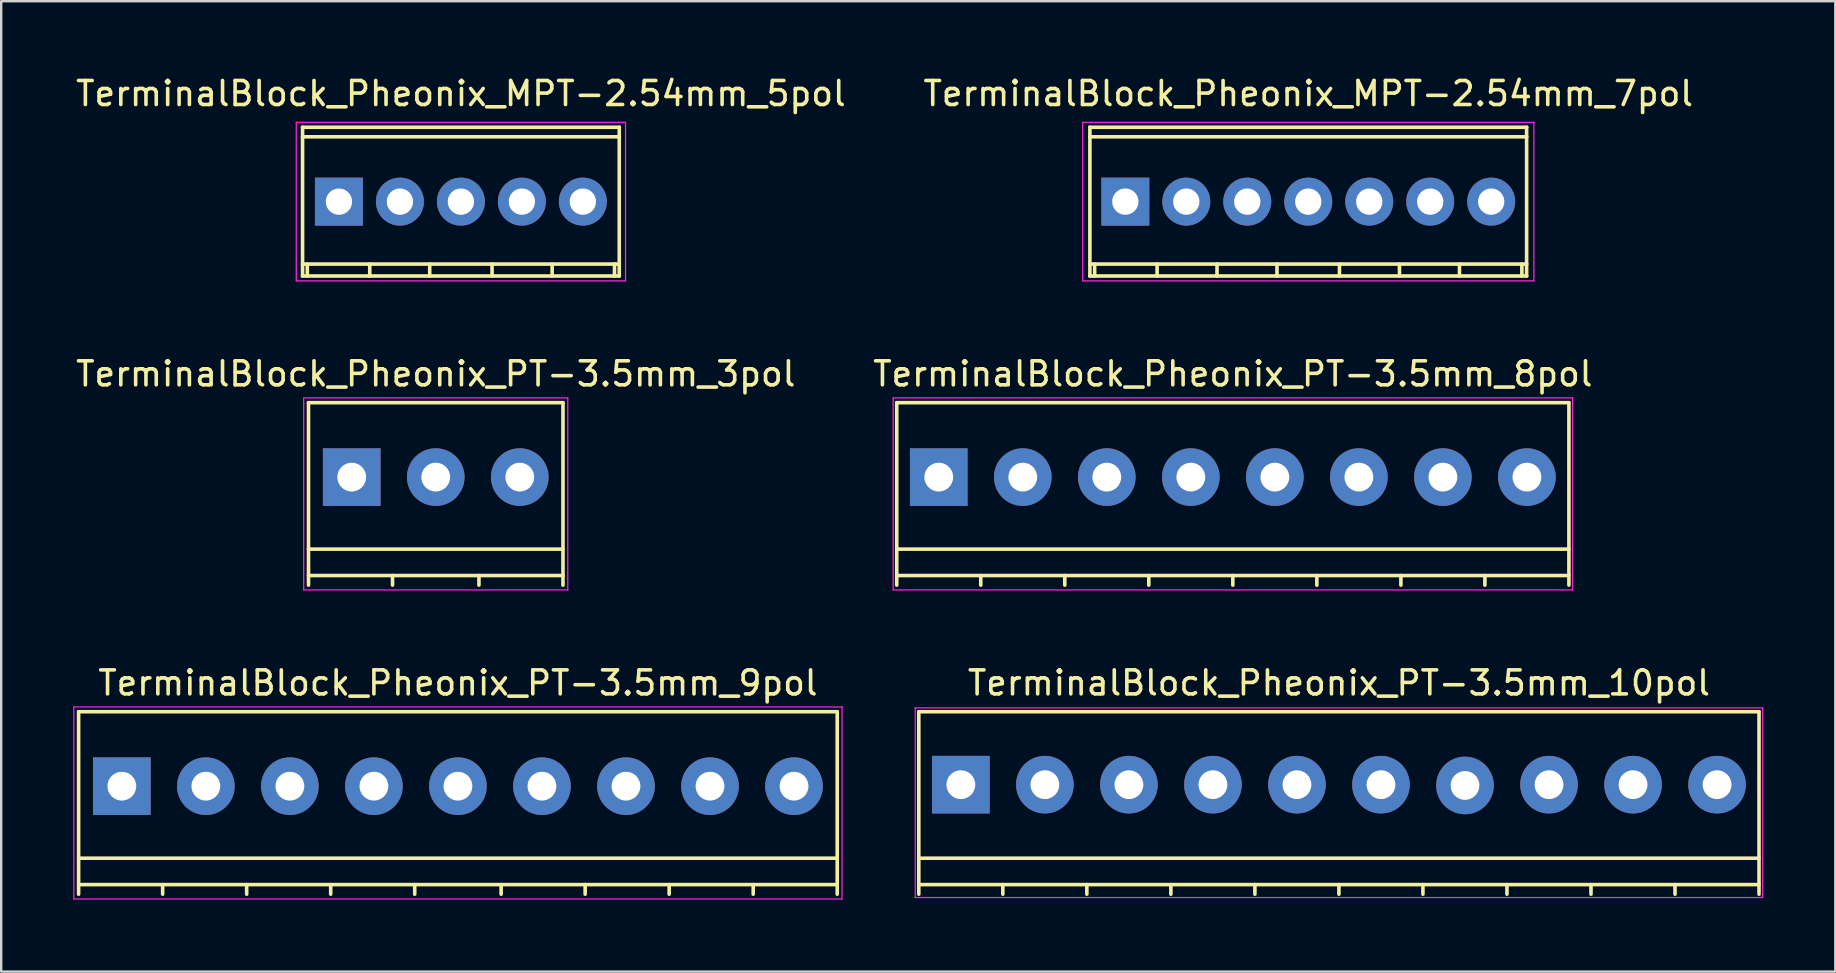
<source format=kicad_pcb>
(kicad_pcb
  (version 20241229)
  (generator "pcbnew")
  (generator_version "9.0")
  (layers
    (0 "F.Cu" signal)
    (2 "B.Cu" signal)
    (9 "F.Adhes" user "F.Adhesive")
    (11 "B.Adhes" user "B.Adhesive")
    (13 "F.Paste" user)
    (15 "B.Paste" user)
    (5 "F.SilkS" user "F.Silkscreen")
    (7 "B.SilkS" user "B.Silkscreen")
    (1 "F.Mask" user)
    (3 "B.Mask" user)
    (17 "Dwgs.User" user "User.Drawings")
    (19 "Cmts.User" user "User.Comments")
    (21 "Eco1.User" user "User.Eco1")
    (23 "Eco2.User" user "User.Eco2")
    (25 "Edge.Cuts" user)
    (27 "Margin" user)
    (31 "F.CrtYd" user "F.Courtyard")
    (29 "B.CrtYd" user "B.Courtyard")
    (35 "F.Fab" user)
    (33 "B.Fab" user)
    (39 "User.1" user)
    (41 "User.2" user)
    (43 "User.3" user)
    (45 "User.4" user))
  (footprint "TerminalBlock_Pheonix_PT-3.5mm_3pol"
    (layer "F.Cu")
    (at 11.601 16.824)
    (property "Reference" "TerminalBlock_Pheonix_PT-3.5mm_3pol" (at 3.5 -4.3 0) (layer "F.SilkS") (effects (font (size 1 1) (thickness 0.15))))
    (attr through_hole)
    (fp_line (start -1.8 -3.1) (end -1.8 4.5) (stroke (width 0.15) (type solid)) (layer "F.SilkS"))
    (fp_line (start -1.8 3) (end 8.8 3) (stroke (width 0.15) (type solid)) (layer "F.SilkS"))
    (fp_line (start -1.8 4.1) (end 8.8 4.1) (stroke (width 0.15) (type solid)) (layer "F.SilkS"))
    (fp_line (start 1.7 4.1) (end 1.7 4.5) (stroke (width 0.15) (type solid)) (layer "F.SilkS"))
    (fp_line (start 5.3 4.1) (end 5.3 4.5) (stroke (width 0.15) (type solid)) (layer "F.SilkS"))
    (fp_line (start 8.8 -3.1) (end -1.8 -3.1) (stroke (width 0.15) (type solid)) (layer "F.SilkS"))
    (fp_line (start 8.8 4.5) (end 8.8 -3.1) (stroke (width 0.15) (type solid)) (layer "F.SilkS"))
    (fp_line (start -2 -3.3) (end 9 -3.3) (stroke (width 0.05) (type solid)) (layer "F.CrtYd"))
    (fp_line (start -2 4.7) (end -2 -3.3) (stroke (width 0.05) (type solid)) (layer "F.CrtYd"))
    (fp_line (start 9 -3.3) (end 9 4.7) (stroke (width 0.05) (type solid)) (layer "F.CrtYd"))
    (fp_line (start 9 4.7) (end -2 4.7) (stroke (width 0.05) (type solid)) (layer "F.CrtYd"))
    (pad "1" thru_hole rect (at 0 0) (size 2.4 2.4) (drill 1.2) (layers "*.Cu" "*.Mask"))
    (pad "2" thru_hole circle (at 3.5 0) (size 2.4 2.4) (drill 1.2) (layers "*.Cu" "*.Mask"))
    (pad "3" thru_hole circle (at 7 0) (size 2.4 2.4) (drill 1.2) (layers "*.Cu" "*.Mask")))
  (footprint "TerminalBlock_Pheonix_PT-3.5mm_10pol"
    (layer "F.Cu")
    (at 36.975 29.636)
    (property "Reference" "TerminalBlock_Pheonix_PT-3.5mm_10pol" (at 15.748 -4.238 0) (layer "F.SilkS") (effects (font (size 1 1) (thickness 0.15))))
    (attr through_hole)
    (fp_line (start -1.752 -3.038) (end -1.752 4.562) (stroke (width 0.15) (type solid)) (layer "F.SilkS"))
    (fp_line (start -1.752 3.062) (end 33.248 3.062) (stroke (width 0.15) (type solid)) (layer "F.SilkS"))
    (fp_line (start -1.752 4.162) (end 33.248 4.162) (stroke (width 0.15) (type solid)) (layer "F.SilkS"))
    (fp_line (start 1.748 4.162) (end 1.748 4.562) (stroke (width 0.15) (type solid)) (layer "F.SilkS"))
    (fp_line (start 5.248 4.162) (end 5.248 4.562) (stroke (width 0.15) (type solid)) (layer "F.SilkS"))
    (fp_line (start 8.748 4.162) (end 8.748 4.562) (stroke (width 0.15) (type solid)) (layer "F.SilkS"))
    (fp_line (start 12.248 4.162) (end 12.248 4.562) (stroke (width 0.15) (type solid)) (layer "F.SilkS"))
    (fp_line (start 15.748 4.162) (end 15.748 4.562) (stroke (width 0.15) (type solid)) (layer "F.SilkS"))
    (fp_line (start 19.248 4.162) (end 19.248 4.562) (stroke (width 0.15) (type solid)) (layer "F.SilkS"))
    (fp_line (start 22.748 4.162) (end 22.748 4.562) (stroke (width 0.15) (type solid)) (layer "F.SilkS"))
    (fp_line (start 26.248 4.162) (end 26.248 4.562) (stroke (width 0.15) (type solid)) (layer "F.SilkS"))
    (fp_line (start 29.748 4.162) (end 29.748 4.562) (stroke (width 0.15) (type solid)) (layer "F.SilkS"))
    (fp_line (start 33.248 -3.038) (end -1.752 -3.038) (stroke (width 0.15) (type solid)) (layer "F.SilkS"))
    (fp_line (start 33.248 4.562) (end 33.248 -3.038) (stroke (width 0.15) (type solid)) (layer "F.SilkS"))
    (fp_line (start -1.9 -3.2) (end 33.4 -3.2) (stroke (width 0.05) (type solid)) (layer "F.CrtYd"))
    (fp_line (start -1.9 4.7) (end -1.9 -3.2) (stroke (width 0.05) (type solid)) (layer "F.CrtYd"))
    (fp_line (start 33.4 -3.2) (end 33.4 4.7) (stroke (width 0.05) (type solid)) (layer "F.CrtYd"))
    (fp_line (start 33.4 4.7) (end -1.9 4.7) (stroke (width 0.05) (type solid)) (layer "F.CrtYd"))
    (pad "1" thru_hole rect (at 0 0 180) (size 2.4 2.4) (drill 1.2) (layers "*.Cu" "*.Mask"))
    (pad "2" thru_hole circle (at 3.5 0 180) (size 2.4 2.4) (drill 1.2) (layers "*.Cu" "*.Mask"))
    (pad "3" thru_hole circle (at 7 0 180) (size 2.4 2.4) (drill 1.2) (layers "*.Cu" "*.Mask"))
    (pad "4" thru_hole circle (at 10.5 0 180) (size 2.4 2.4) (drill 1.2) (layers "*.Cu" "*.Mask"))
    (pad "5" thru_hole circle (at 14 0 180) (size 2.4 2.4) (drill 1.2) (layers "*.Cu" "*.Mask"))
    (pad "6" thru_hole circle (at 17.5 0 180) (size 2.4 2.4) (drill 1.2) (layers "*.Cu" "*.Mask"))
    (pad "7" thru_hole circle (at 21 0.032 180) (size 2.4 2.4) (drill 1.2) (layers "*.Cu" "*.Mask"))
    (pad "8" thru_hole circle (at 24.5 0 180) (size 2.4 2.4) (drill 1.2) (layers "*.Cu" "*.Mask"))
    (pad "9" thru_hole circle (at 28 0 180) (size 2.4 2.4) (drill 1.2) (layers "*.Cu" "*.Mask"))
    (pad "10" thru_hole circle (at 31.5 0 180) (size 2.4 2.4) (drill 1.2) (layers "*.Cu" "*.Mask")))
  (footprint "TerminalBlock_Pheonix_PT-3.5mm_9pol"
    (layer "F.Cu")
    (at 2.025 29.698)
    (property "Reference" "TerminalBlock_Pheonix_PT-3.5mm_9pol" (at 14 -4.3 0) (layer "F.SilkS") (effects (font (size 1 1) (thickness 0.15))))
    (attr through_hole)
    (fp_line (start -1.8 -3.1) (end -1.8 4.5) (stroke (width 0.15) (type solid)) (layer "F.SilkS"))
    (fp_line (start -1.8 3) (end 29.8 3) (stroke (width 0.15) (type solid)) (layer "F.SilkS"))
    (fp_line (start -1.8 4.1) (end 29.8 4.1) (stroke (width 0.15) (type solid)) (layer "F.SilkS"))
    (fp_line (start 1.7 4.1) (end 1.7 4.5) (stroke (width 0.15) (type solid)) (layer "F.SilkS"))
    (fp_line (start 5.2 4.1) (end 5.2 4.5) (stroke (width 0.15) (type solid)) (layer "F.SilkS"))
    (fp_line (start 8.7 4.1) (end 8.7 4.5) (stroke (width 0.15) (type solid)) (layer "F.SilkS"))
    (fp_line (start 12.2 4.1) (end 12.2 4.5) (stroke (width 0.15) (type solid)) (layer "F.SilkS"))
    (fp_line (start 15.8 4.1) (end 15.8 4.5) (stroke (width 0.15) (type solid)) (layer "F.SilkS"))
    (fp_line (start 19.3 4.1) (end 19.3 4.5) (stroke (width 0.15) (type solid)) (layer "F.SilkS"))
    (fp_line (start 22.8 4.1) (end 22.8 4.5) (stroke (width 0.15) (type solid)) (layer "F.SilkS"))
    (fp_line (start 26.3 4.1) (end 26.3 4.5) (stroke (width 0.15) (type solid)) (layer "F.SilkS"))
    (fp_line (start 29.8 -3.1) (end -1.8 -3.1) (stroke (width 0.15) (type solid)) (layer "F.SilkS"))
    (fp_line (start 29.8 4.5) (end 29.8 -3.1) (stroke (width 0.15) (type solid)) (layer "F.SilkS"))
    (fp_line (start -2 -3.3) (end 30 -3.3) (stroke (width 0.05) (type solid)) (layer "F.CrtYd"))
    (fp_line (start -2 4.7) (end -2 -3.3) (stroke (width 0.05) (type solid)) (layer "F.CrtYd"))
    (fp_line (start 30 -3.3) (end 30 4.7) (stroke (width 0.05) (type solid)) (layer "F.CrtYd"))
    (fp_line (start 30 4.7) (end -2 4.7) (stroke (width 0.05) (type solid)) (layer "F.CrtYd"))
    (pad "1" thru_hole rect (at 0 0) (size 2.4 2.4) (drill 1.2) (layers "*.Cu" "*.Mask"))
    (pad "2" thru_hole circle (at 3.5 0) (size 2.4 2.4) (drill 1.2) (layers "*.Cu" "*.Mask"))
    (pad "3" thru_hole circle (at 7 0) (size 2.4 2.4) (drill 1.2) (layers "*.Cu" "*.Mask"))
    (pad "4" thru_hole circle (at 10.5 0) (size 2.4 2.4) (drill 1.2) (layers "*.Cu" "*.Mask"))
    (pad "5" thru_hole circle (at 14 0) (size 2.4 2.4) (drill 1.2) (layers "*.Cu" "*.Mask"))
    (pad "6" thru_hole circle (at 17.5 0) (size 2.4 2.4) (drill 1.2) (layers "*.Cu" "*.Mask"))
    (pad "7" thru_hole circle (at 21 0) (size 2.4 2.4) (drill 1.2) (layers "*.Cu" "*.Mask"))
    (pad "8" thru_hole circle (at 24.5 0) (size 2.4 2.4) (drill 1.2) (layers "*.Cu" "*.Mask"))
    (pad "9" thru_hole circle (at 28 0) (size 2.4 2.4) (drill 1.2) (layers "*.Cu" "*.Mask")))
  (footprint "TerminalBlock_Pheonix_MPT-2.54mm_5pol"
    (layer "F.Cu")
    (at 11.069 5.349)
    (property "Reference" "TerminalBlock_Pheonix_MPT-2.54mm_5pol" (at 5.08 -4.501 0) (layer "F.SilkS") (effects (font (size 1 1) (thickness 0.15))))
    (attr through_hole)
    (fp_line (start -1.519 -2.7) (end 11.679 -2.7) (stroke (width 0.15) (type solid)) (layer "F.SilkS"))
    (fp_line (start -1.519 2.601) (end 11.679 2.601) (stroke (width 0.15) (type solid)) (layer "F.SilkS"))
    (fp_line (start -1.516 -3.099) (end -1.516 3.099) (stroke (width 0.15) (type solid)) (layer "F.SilkS"))
    (fp_line (start -1.318 3.099) (end -1.318 2.601) (stroke (width 0.15) (type solid)) (layer "F.SilkS"))
    (fp_line (start 1.283 3.099) (end 1.283 2.601) (stroke (width 0.15) (type solid)) (layer "F.SilkS"))
    (fp_line (start 3.78 2.601) (end 3.78 3.099) (stroke (width 0.15) (type solid)) (layer "F.SilkS"))
    (fp_line (start 6.378 2.601) (end 6.378 3.099) (stroke (width 0.15) (type solid)) (layer "F.SilkS"))
    (fp_line (start 8.88 2.601) (end 8.88 3.099) (stroke (width 0.15) (type solid)) (layer "F.SilkS"))
    (fp_line (start 11.478 2.601) (end 11.478 3.099) (stroke (width 0.15) (type solid)) (layer "F.SilkS"))
    (fp_line (start 11.676 3.099) (end 11.676 -3.099) (stroke (width 0.15) (type solid)) (layer "F.SilkS"))
    (fp_line (start 11.679 -3.099) (end -1.519 -3.099) (stroke (width 0.15) (type solid)) (layer "F.SilkS"))
    (fp_line (start 11.679 3.099) (end -1.519 3.099) (stroke (width 0.15) (type solid)) (layer "F.SilkS"))
    (fp_line (start -1.778 -3.302) (end 11.938 -3.302) (stroke (width 0.05) (type solid)) (layer "F.CrtYd"))
    (fp_line (start -1.778 3.302) (end -1.778 -3.302) (stroke (width 0.05) (type solid)) (layer "F.CrtYd"))
    (fp_line (start 11.938 -3.302) (end 11.938 3.302) (stroke (width 0.05) (type solid)) (layer "F.CrtYd"))
    (fp_line (start 11.938 3.302) (end -1.778 3.302) (stroke (width 0.05) (type solid)) (layer "F.CrtYd"))
    (pad "1" thru_hole rect (at 0 0 180) (size 1.999 1.999) (drill 1.097) (layers "*.Cu" "*.Mask"))
    (pad "2" thru_hole oval (at 2.54 0 180) (size 1.999 1.999) (drill 1.097) (layers "*.Cu" "*.Mask"))
    (pad "3" thru_hole oval (at 5.08 0 180) (size 1.999 1.999) (drill 1.097) (layers "*.Cu" "*.Mask"))
    (pad "4" thru_hole oval (at 7.62 0 180) (size 1.999 1.999) (drill 1.097) (layers "*.Cu" "*.Mask"))
    (pad "5" thru_hole oval (at 10.16 0 180) (size 1.999 1.999) (drill 1.097) (layers "*.Cu" "*.Mask")))
  (footprint "TerminalBlock_Pheonix_MPT-2.54mm_7pol"
    (layer "F.Cu")
    (at 43.826 5.349)
    (property "Reference" "TerminalBlock_Pheonix_MPT-2.54mm_7pol" (at 7.62 -4.501 0) (layer "F.SilkS") (effects (font (size 1 1) (thickness 0.15))))
    (attr through_hole)
    (fp_line (start -1.481 3.099) (end 16.721 3.099) (stroke (width 0.15) (type solid)) (layer "F.SilkS"))
    (fp_line (start -1.476 -3.099) (end -1.476 3.099) (stroke (width 0.15) (type solid)) (layer "F.SilkS"))
    (fp_line (start -1.278 3.099) (end -1.278 2.601) (stroke (width 0.15) (type solid)) (layer "F.SilkS"))
    (fp_line (start 1.323 3.099) (end 1.323 2.601) (stroke (width 0.15) (type solid)) (layer "F.SilkS"))
    (fp_line (start 3.82 2.601) (end 3.82 3.099) (stroke (width 0.15) (type solid)) (layer "F.SilkS"))
    (fp_line (start 6.317 2.601) (end 6.317 3.099) (stroke (width 0.15) (type solid)) (layer "F.SilkS"))
    (fp_line (start 8.92 2.601) (end 8.92 3.099) (stroke (width 0.15) (type solid)) (layer "F.SilkS"))
    (fp_line (start 11.42 2.601) (end 11.42 3.099) (stroke (width 0.15) (type solid)) (layer "F.SilkS"))
    (fp_line (start 13.919 2.601) (end 13.919 3.099) (stroke (width 0.15) (type solid)) (layer "F.SilkS"))
    (fp_line (start 16.518 2.601) (end 16.518 3.099) (stroke (width 0.15) (type solid)) (layer "F.SilkS"))
    (fp_line (start 16.716 3.099) (end 16.716 -3.099) (stroke (width 0.15) (type solid)) (layer "F.SilkS"))
    (fp_line (start 16.721 -3.099) (end -1.481 -3.099) (stroke (width 0.15) (type solid)) (layer "F.SilkS"))
    (fp_line (start 16.721 -2.7) (end -1.481 -2.7) (stroke (width 0.15) (type solid)) (layer "F.SilkS"))
    (fp_line (start 16.721 2.601) (end -1.481 2.601) (stroke (width 0.15) (type solid)) (layer "F.SilkS"))
    (fp_line (start -1.778 -3.302) (end 17.018 -3.302) (stroke (width 0.05) (type solid)) (layer "F.CrtYd"))
    (fp_line (start -1.778 3.302) (end -1.778 -3.302) (stroke (width 0.05) (type solid)) (layer "F.CrtYd"))
    (fp_line (start 17.018 -3.302) (end 17.018 3.302) (stroke (width 0.05) (type solid)) (layer "F.CrtYd"))
    (fp_line (start 17.018 3.302) (end -1.778 3.302) (stroke (width 0.05) (type solid)) (layer "F.CrtYd"))
    (pad "1" thru_hole rect (at 0 0 180) (size 1.999 1.999) (drill 1.097) (layers "*.Cu" "*.Mask"))
    (pad "2" thru_hole oval (at 2.54 0 180) (size 1.999 1.999) (drill 1.097) (layers "*.Cu" "*.Mask"))
    (pad "3" thru_hole oval (at 5.08 0 180) (size 1.999 1.999) (drill 1.097) (layers "*.Cu" "*.Mask"))
    (pad "4" thru_hole oval (at 7.62 0 180) (size 1.999 1.999) (drill 1.097) (layers "*.Cu" "*.Mask"))
    (pad "5" thru_hole oval (at 10.16 0 180) (size 1.999 1.999) (drill 1.097) (layers "*.Cu" "*.Mask"))
    (pad "6" thru_hole oval (at 12.7 0 180) (size 1.999 1.999) (drill 1.097) (layers "*.Cu" "*.Mask"))
    (pad "7" thru_hole oval (at 15.24 0 180) (size 1.999 1.999) (drill 1.097) (layers "*.Cu" "*.Mask")))
  (footprint "TerminalBlock_Pheonix_PT-3.5mm_8pol"
    (layer "F.Cu")
    (at 36.054 16.824)
    (property "Reference" "TerminalBlock_Pheonix_PT-3.5mm_8pol" (at 12.25 -4.3 0) (layer "F.SilkS") (effects (font (size 1 1) (thickness 0.15))))
    (attr through_hole)
    (fp_line (start -1.75 -3.1) (end -1.75 4.5) (stroke (width 0.15) (type solid)) (layer "F.SilkS"))
    (fp_line (start -1.75 3) (end 26.25 3) (stroke (width 0.15) (type solid)) (layer "F.SilkS"))
    (fp_line (start -1.75 4.1) (end 26.25 4.1) (stroke (width 0.15) (type solid)) (layer "F.SilkS"))
    (fp_line (start 1.75 4.1) (end 1.75 4.5) (stroke (width 0.15) (type solid)) (layer "F.SilkS"))
    (fp_line (start 5.25 4.1) (end 5.25 4.5) (stroke (width 0.15) (type solid)) (layer "F.SilkS"))
    (fp_line (start 8.75 4.1) (end 8.75 4.5) (stroke (width 0.15) (type solid)) (layer "F.SilkS"))
    (fp_line (start 12.25 4.1) (end 12.25 4.5) (stroke (width 0.15) (type solid)) (layer "F.SilkS"))
    (fp_line (start 15.75 4.1) (end 15.75 4.5) (stroke (width 0.15) (type solid)) (layer "F.SilkS"))
    (fp_line (start 19.25 4.1) (end 19.25 4.5) (stroke (width 0.15) (type solid)) (layer "F.SilkS"))
    (fp_line (start 22.75 4.1) (end 22.75 4.5) (stroke (width 0.15) (type solid)) (layer "F.SilkS"))
    (fp_line (start 26.25 -3.1) (end -1.75 -3.1) (stroke (width 0.15) (type solid)) (layer "F.SilkS"))
    (fp_line (start 26.25 4.5) (end 26.25 -3.1) (stroke (width 0.15) (type solid)) (layer "F.SilkS"))
    (fp_line (start -1.9 -3.3) (end 26.4 -3.3) (stroke (width 0.05) (type solid)) (layer "F.CrtYd"))
    (fp_line (start -1.9 4.7) (end -1.9 -3.3) (stroke (width 0.05) (type solid)) (layer "F.CrtYd"))
    (fp_line (start 26.4 -3.3) (end 26.4 4.7) (stroke (width 0.05) (type solid)) (layer "F.CrtYd"))
    (fp_line (start 26.4 4.7) (end -1.9 4.7) (stroke (width 0.05) (type solid)) (layer "F.CrtYd"))
    (pad "1" thru_hole rect (at 0 0) (size 2.4 2.4) (drill 1.2) (layers "*.Cu" "*.Mask"))
    (pad "2" thru_hole circle (at 3.5 0) (size 2.4 2.4) (drill 1.2) (layers "*.Cu" "*.Mask"))
    (pad "3" thru_hole circle (at 7 0) (size 2.4 2.4) (drill 1.2) (layers "*.Cu" "*.Mask"))
    (pad "4" thru_hole circle (at 10.5 0) (size 2.4 2.4) (drill 1.2) (layers "*.Cu" "*.Mask"))
    (pad "5" thru_hole circle (at 14 0) (size 2.4 2.4) (drill 1.2) (layers "*.Cu" "*.Mask"))
    (pad "6" thru_hole circle (at 17.5 0) (size 2.4 2.4) (drill 1.2) (layers "*.Cu" "*.Mask"))
    (pad "7" thru_hole circle (at 21 0) (size 2.4 2.4) (drill 1.2) (layers "*.Cu" "*.Mask"))
    (pad "8" thru_hole circle (at 24.5 0) (size 2.4 2.4) (drill 1.2) (layers "*.Cu" "*.Mask")))
  (gr_rect
    (start -3 -3)
    (end 73.4 37.423)
    (stroke (width 0.1) (type default))
    (fill no)
    (layer "Edge.Cuts")))
</source>
